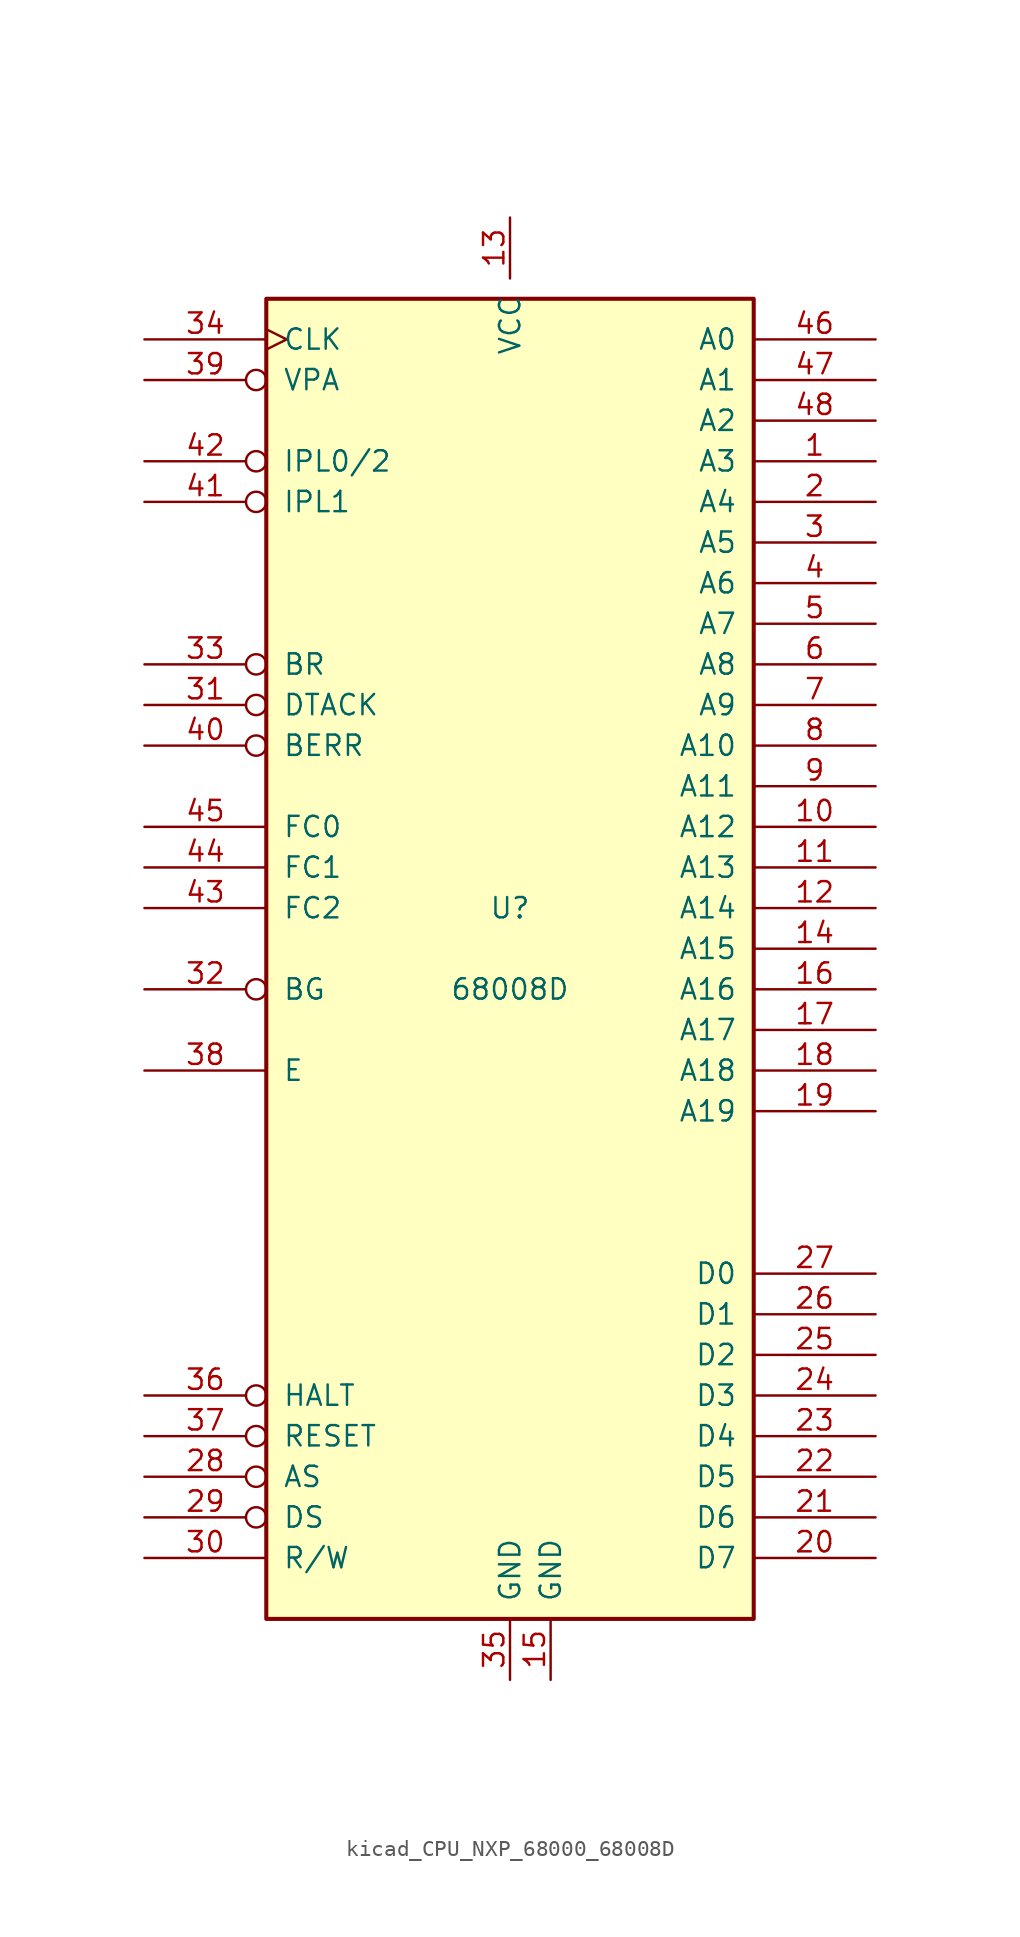
<source format=kicad_sym>
(kicad_symbol_lib
  (version 20220914)
  (generator kicad_symbol_editor)
  (symbol "kicad_CPU_NXP_68000_68008D"
    (pin_names
      (offset 1.016))
    (property "Reference" "U"
      (at 0 2.54 0)
      (effects (font (size 1.27 1.27))))
    (property "Value" "68008D"
      (at 0 -2.54 0)
      (effects (font (size 1.27 1.27))))
    (symbol "kicad_CPU_NXP_68000_68008D_0_1"
      (rectangle (start -15.24 -41.91) (end 15.24 40.64) (stroke (width 0.254) (type default)) (fill (type background))))
    (symbol "kicad_CPU_NXP_68000_68008D_1_1"
      (pin tri_state line (at 22.86 30.48 180) (length 7.62) (name "A3" (effects (font (size 1.27 1.27)))) (number "1" (effects (font (size 1.27 1.27)))))
      (pin tri_state line (at 22.86 7.62 180) (length 7.62) (name "A12" (effects (font (size 1.27 1.27)))) (number "10" (effects (font (size 1.27 1.27)))))
      (pin tri_state line (at 22.86 5.08 180) (length 7.62) (name "A13" (effects (font (size 1.27 1.27)))) (number "11" (effects (font (size 1.27 1.27)))))
      (pin tri_state line (at 22.86 2.54 180) (length 7.62) (name "A14" (effects (font (size 1.27 1.27)))) (number "12" (effects (font (size 1.27 1.27)))))
      (pin power_in line (at 0 45.72 270) (length 3.81) (name "VCC" (effects (font (size 1.27 1.27)))) (number "13" (effects (font (size 1.27 1.27)))))
      (pin tri_state line (at 22.86 0 180) (length 7.62) (name "A15" (effects (font (size 1.27 1.27)))) (number "14" (effects (font (size 1.27 1.27)))))
      (pin power_in line (at 2.54 -45.72 90) (length 3.81) (name "GND" (effects (font (size 1.27 1.27)))) (number "15" (effects (font (size 1.27 1.27)))))
      (pin tri_state line (at 22.86 -2.54 180) (length 7.62) (name "A16" (effects (font (size 1.27 1.27)))) (number "16" (effects (font (size 1.27 1.27)))))
      (pin tri_state line (at 22.86 -5.08 180) (length 7.62) (name "A17" (effects (font (size 1.27 1.27)))) (number "17" (effects (font (size 1.27 1.27)))))
      (pin tri_state line (at 22.86 -7.62 180) (length 7.62) (name "A18" (effects (font (size 1.27 1.27)))) (number "18" (effects (font (size 1.27 1.27)))))
      (pin tri_state line (at 22.86 -10.16 180) (length 7.62) (name "A19" (effects (font (size 1.27 1.27)))) (number "19" (effects (font (size 1.27 1.27)))))
      (pin tri_state line (at 22.86 27.94 180) (length 7.62) (name "A4" (effects (font (size 1.27 1.27)))) (number "2" (effects (font (size 1.27 1.27)))))
      (pin tri_state line (at 22.86 -38.1 180) (length 7.62) (name "D7" (effects (font (size 1.27 1.27)))) (number "20" (effects (font (size 1.27 1.27)))))
      (pin tri_state line (at 22.86 -35.56 180) (length 7.62) (name "D6" (effects (font (size 1.27 1.27)))) (number "21" (effects (font (size 1.27 1.27)))))
      (pin tri_state line (at 22.86 -33.02 180) (length 7.62) (name "D5" (effects (font (size 1.27 1.27)))) (number "22" (effects (font (size 1.27 1.27)))))
      (pin tri_state line (at 22.86 -30.48 180) (length 7.62) (name "D4" (effects (font (size 1.27 1.27)))) (number "23" (effects (font (size 1.27 1.27)))))
      (pin tri_state line (at 22.86 -27.94 180) (length 7.62) (name "D3" (effects (font (size 1.27 1.27)))) (number "24" (effects (font (size 1.27 1.27)))))
      (pin tri_state line (at 22.86 -25.4 180) (length 7.62) (name "D2" (effects (font (size 1.27 1.27)))) (number "25" (effects (font (size 1.27 1.27)))))
      (pin tri_state line (at 22.86 -22.86 180) (length 7.62) (name "D1" (effects (font (size 1.27 1.27)))) (number "26" (effects (font (size 1.27 1.27)))))
      (pin tri_state line (at 22.86 -20.32 180) (length 7.62) (name "D0" (effects (font (size 1.27 1.27)))) (number "27" (effects (font (size 1.27 1.27)))))
      (pin tri_state inverted (at -22.86 -33.02 0) (length 7.62) (name "AS" (effects (font (size 1.27 1.27)))) (number "28" (effects (font (size 1.27 1.27)))))
      (pin tri_state inverted (at -22.86 -35.56 0) (length 7.62) (name "DS" (effects (font (size 1.27 1.27)))) (number "29" (effects (font (size 1.27 1.27)))))
      (pin tri_state line (at 22.86 25.4 180) (length 7.62) (name "A5" (effects (font (size 1.27 1.27)))) (number "3" (effects (font (size 1.27 1.27)))))
      (pin tri_state line (at -22.86 -38.1 0) (length 7.62) (name "R/W" (effects (font (size 1.27 1.27)))) (number "30" (effects (font (size 1.27 1.27)))))
      (pin input inverted (at -22.86 15.24 0) (length 7.62) (name "DTACK" (effects (font (size 1.27 1.27)))) (number "31" (effects (font (size 1.27 1.27)))))
      (pin output inverted (at -22.86 -2.54 0) (length 7.62) (name "BG" (effects (font (size 1.27 1.27)))) (number "32" (effects (font (size 1.27 1.27)))))
      (pin input inverted (at -22.86 17.78 0) (length 7.62) (name "BR" (effects (font (size 1.27 1.27)))) (number "33" (effects (font (size 1.27 1.27)))))
      (pin input clock (at -22.86 38.1 0) (length 7.62) (name "CLK" (effects (font (size 1.27 1.27)))) (number "34" (effects (font (size 1.27 1.27)))))
      (pin power_in line (at 0 -45.72 90) (length 3.81) (name "GND" (effects (font (size 1.27 1.27)))) (number "35" (effects (font (size 1.27 1.27)))))
      (pin bidirectional inverted (at -22.86 -27.94 0) (length 7.62) (name "HALT" (effects (font (size 1.27 1.27)))) (number "36" (effects (font (size 1.27 1.27)))))
      (pin bidirectional inverted (at -22.86 -30.48 0) (length 7.62) (name "RESET" (effects (font (size 1.27 1.27)))) (number "37" (effects (font (size 1.27 1.27)))))
      (pin output line (at -22.86 -7.62 0) (length 7.62) (name "E" (effects (font (size 1.27 1.27)))) (number "38" (effects (font (size 1.27 1.27)))))
      (pin input inverted (at -22.86 35.56 0) (length 7.62) (name "VPA" (effects (font (size 1.27 1.27)))) (number "39" (effects (font (size 1.27 1.27)))))
      (pin tri_state line (at 22.86 22.86 180) (length 7.62) (name "A6" (effects (font (size 1.27 1.27)))) (number "4" (effects (font (size 1.27 1.27)))))
      (pin input inverted (at -22.86 12.7 0) (length 7.62) (name "BERR" (effects (font (size 1.27 1.27)))) (number "40" (effects (font (size 1.27 1.27)))))
      (pin input inverted (at -22.86 27.94 0) (length 7.62) (name "IPL1" (effects (font (size 1.27 1.27)))) (number "41" (effects (font (size 1.27 1.27)))))
      (pin input inverted (at -22.86 30.48 0) (length 7.62) (name "IPL0/2" (effects (font (size 1.27 1.27)))) (number "42" (effects (font (size 1.27 1.27)))))
      (pin output line (at -22.86 2.54 0) (length 7.62) (name "FC2" (effects (font (size 1.27 1.27)))) (number "43" (effects (font (size 1.27 1.27)))))
      (pin output line (at -22.86 5.08 0) (length 7.62) (name "FC1" (effects (font (size 1.27 1.27)))) (number "44" (effects (font (size 1.27 1.27)))))
      (pin output line (at -22.86 7.62 0) (length 7.62) (name "FC0" (effects (font (size 1.27 1.27)))) (number "45" (effects (font (size 1.27 1.27)))))
      (pin tri_state line (at 22.86 38.1 180) (length 7.62) (name "A0" (effects (font (size 1.27 1.27)))) (number "46" (effects (font (size 1.27 1.27)))))
      (pin tri_state line (at 22.86 35.56 180) (length 7.62) (name "A1" (effects (font (size 1.27 1.27)))) (number "47" (effects (font (size 1.27 1.27)))))
      (pin tri_state line (at 22.86 33.02 180) (length 7.62) (name "A2" (effects (font (size 1.27 1.27)))) (number "48" (effects (font (size 1.27 1.27)))))
      (pin tri_state line (at 22.86 20.32 180) (length 7.62) (name "A7" (effects (font (size 1.27 1.27)))) (number "5" (effects (font (size 1.27 1.27)))))
      (pin tri_state line (at 22.86 17.78 180) (length 7.62) (name "A8" (effects (font (size 1.27 1.27)))) (number "6" (effects (font (size 1.27 1.27)))))
      (pin tri_state line (at 22.86 15.24 180) (length 7.62) (name "A9" (effects (font (size 1.27 1.27)))) (number "7" (effects (font (size 1.27 1.27)))))
      (pin tri_state line (at 22.86 12.7 180) (length 7.62) (name "A10" (effects (font (size 1.27 1.27)))) (number "8" (effects (font (size 1.27 1.27)))))
      (pin tri_state line (at 22.86 10.16 180) (length 7.62) (name "A11" (effects (font (size 1.27 1.27)))) (number "9" (effects (font (size 1.27 1.27))))))))
</source>
